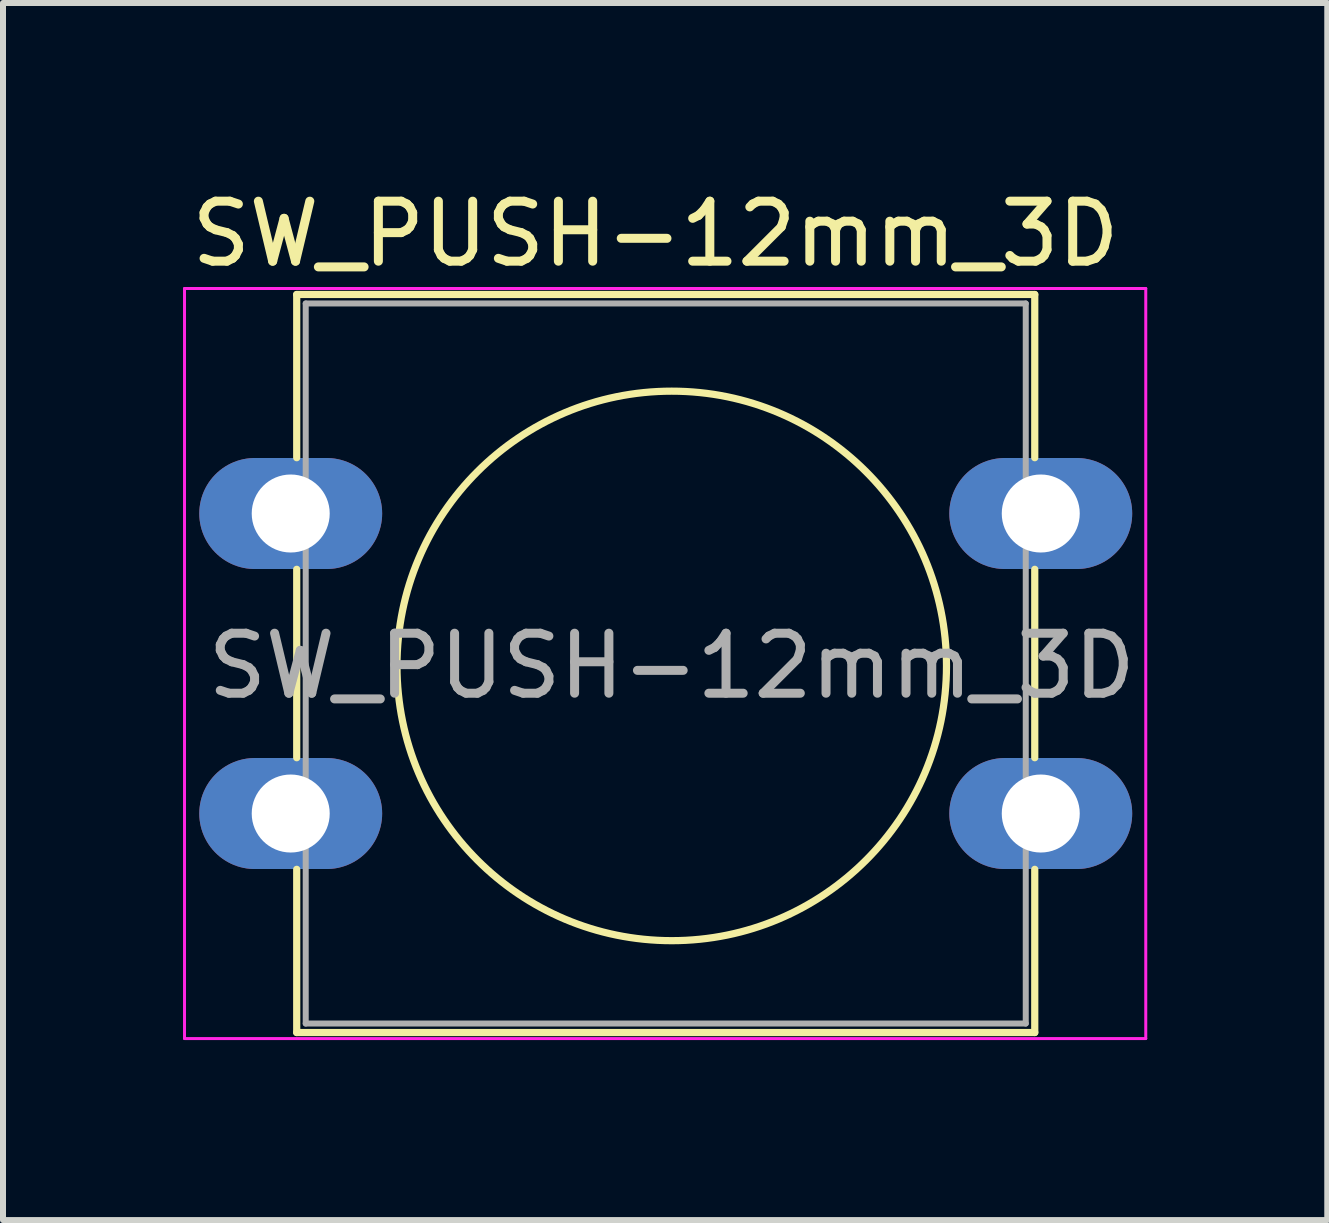
<source format=kicad_pcb>
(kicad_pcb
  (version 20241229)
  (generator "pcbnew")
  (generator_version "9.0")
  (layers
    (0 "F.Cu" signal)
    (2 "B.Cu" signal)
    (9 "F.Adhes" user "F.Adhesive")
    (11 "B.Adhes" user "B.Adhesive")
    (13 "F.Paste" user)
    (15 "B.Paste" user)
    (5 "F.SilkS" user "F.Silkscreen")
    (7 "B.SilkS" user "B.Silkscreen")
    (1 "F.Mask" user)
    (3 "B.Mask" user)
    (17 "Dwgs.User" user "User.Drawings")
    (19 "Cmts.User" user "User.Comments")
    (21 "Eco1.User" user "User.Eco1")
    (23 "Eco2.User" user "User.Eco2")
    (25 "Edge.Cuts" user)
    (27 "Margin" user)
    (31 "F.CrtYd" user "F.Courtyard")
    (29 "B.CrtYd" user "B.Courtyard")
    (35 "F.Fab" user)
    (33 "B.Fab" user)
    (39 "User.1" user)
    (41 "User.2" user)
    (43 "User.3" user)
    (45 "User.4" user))
  (footprint "SW_PUSH-12mm_3D"
    (layer "F.Cu")
    (at 1.795 5.508)
    (property "Reference" "SW_PUSH-12mm_3D" (at 6.08 -4.66 0) (layer "F.SilkS") (effects (font (size 1 1) (thickness 0.15))))
    (attr through_hole)
    (fp_line (start 0.1 -3.65) (end 12.4 -3.65) (stroke (width 0.12) (type solid)) (layer "F.SilkS"))
    (fp_line (start 0.1 -0.93) (end 0.1 -3.65) (stroke (width 0.12) (type solid)) (layer "F.SilkS"))
    (fp_line (start 0.1 4.07) (end 0.1 0.93) (stroke (width 0.12) (type solid)) (layer "F.SilkS"))
    (fp_line (start 0.1 8.65) (end 0.1 5.93) (stroke (width 0.12) (type solid)) (layer "F.SilkS"))
    (fp_line (start 12.4 -3.65) (end 12.4 -0.93) (stroke (width 0.12) (type solid)) (layer "F.SilkS"))
    (fp_line (start 12.4 0.93) (end 12.4 4.07) (stroke (width 0.12) (type solid)) (layer "F.SilkS"))
    (fp_line (start 12.4 5.93) (end 12.4 8.65) (stroke (width 0.12) (type solid)) (layer "F.SilkS"))
    (fp_line (start 12.4 8.65) (end 0.1 8.65) (stroke (width 0.12) (type solid)) (layer "F.SilkS"))
    (fp_circle (center 6.35 2.54) (end 10.16 5.08) (stroke (width 0.12) (type solid)) (fill no) (layer "F.SilkS"))
    (fp_line (start -1.77 -3.75) (end -1.77 8.75) (stroke (width 0.05) (type solid)) (layer "F.CrtYd"))
    (fp_line (start -1.77 -3.75) (end 14.25 -3.75) (stroke (width 0.05) (type solid)) (layer "F.CrtYd"))
    (fp_line (start 14.25 8.75) (end -1.77 8.75) (stroke (width 0.05) (type solid)) (layer "F.CrtYd"))
    (fp_line (start 14.25 8.75) (end 14.25 -3.75) (stroke (width 0.05) (type solid)) (layer "F.CrtYd"))
    (fp_line (start 0.25 -3.5) (end 0.25 8.5) (stroke (width 0.1) (type solid)) (layer "F.Fab"))
    (fp_line (start 0.25 -3.5) (end 12.25 -3.5) (stroke (width 0.1) (type solid)) (layer "F.Fab"))
    (fp_line (start 0.25 8.5) (end 12.25 8.5) (stroke (width 0.1) (type solid)) (layer "F.Fab"))
    (fp_line (start 12.25 -3.5) (end 12.25 8.5) (stroke (width 0.1) (type solid)) (layer "F.Fab"))
    (fp_text user "${REFERENCE}" (at 6.35 2.54 0) (layer "F.Fab") (effects (font (size 1 1) (thickness 0.15))))
    (pad "1" thru_hole oval (at 0 0) (size 3.048 1.85) (drill 1.3) (layers "*.Cu" "*.Mask"))
    (pad "1" thru_hole oval (at 12.5 0) (size 3.048 1.85) (drill 1.3) (layers "*.Cu" "*.Mask"))
    (pad "2" thru_hole oval (at 0 5) (size 3.048 1.85) (drill 1.3) (layers "*.Cu" "*.Mask"))
    (pad "2" thru_hole oval (at 12.5 5) (size 3.048 1.85) (drill 1.3) (layers "*.Cu" "*.Mask")))
  (gr_rect
    (start -3 -3)
    (end 19.07 17.283)
    (stroke (width 0.1) (type default))
    (fill no)
    (layer "Edge.Cuts")))
</source>
